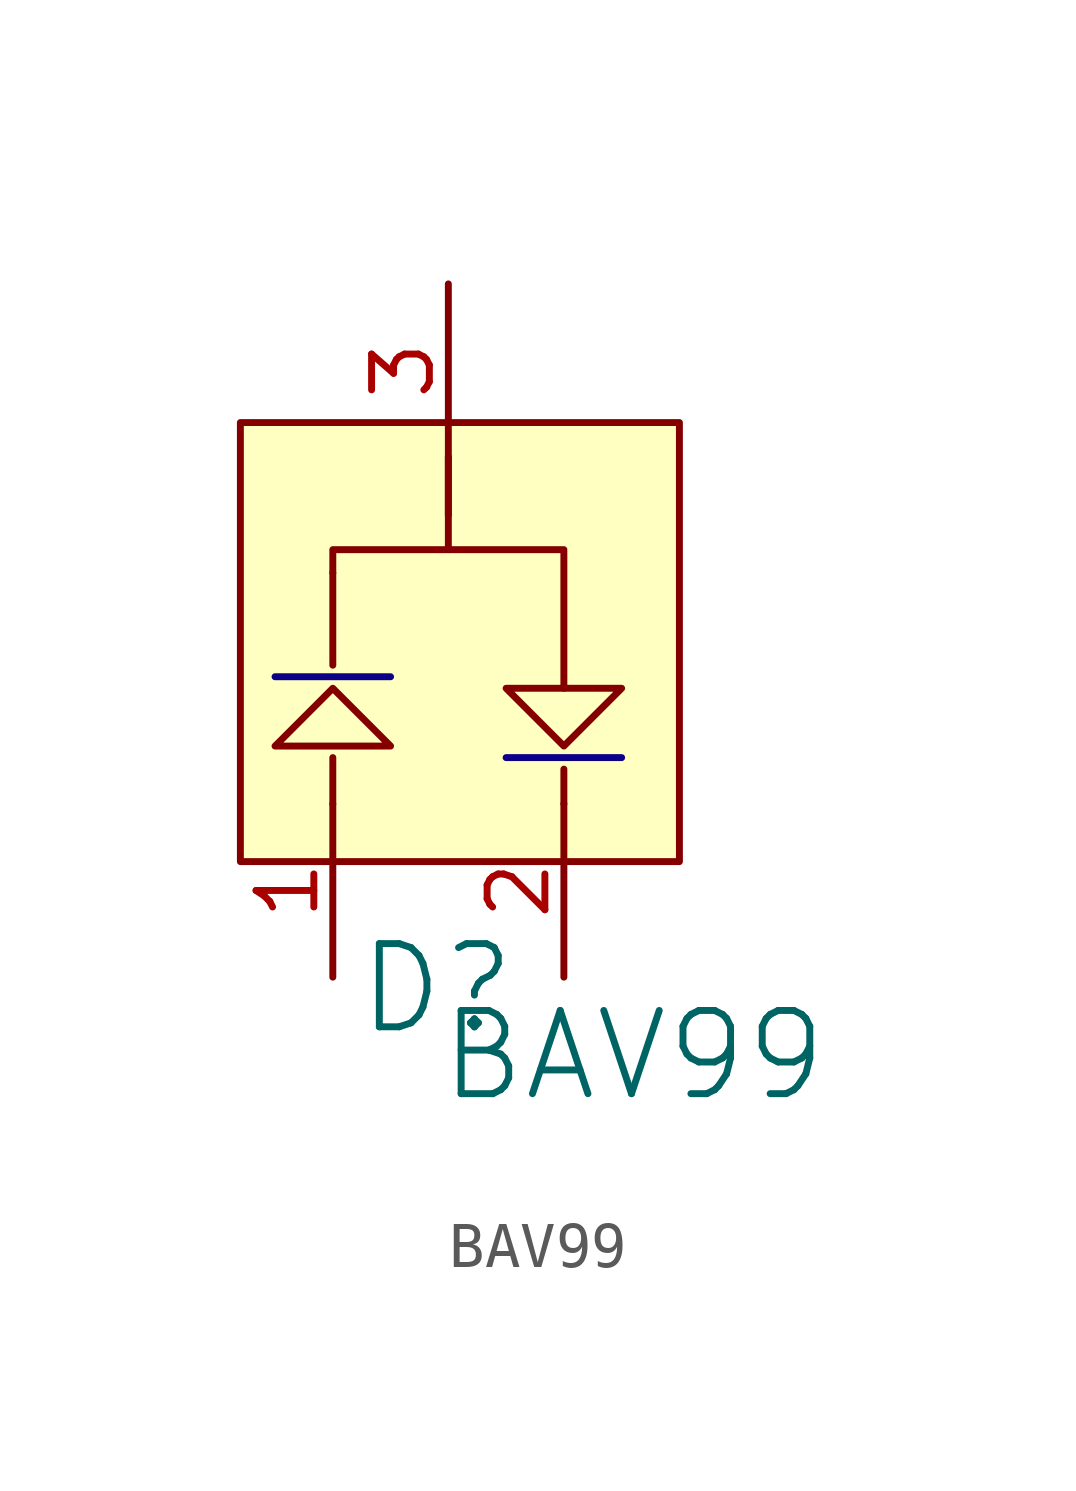
<source format=kicad_sym>
(kicad_symbol_lib
  (version 20241209)
  (generator "kicad_symbol_editor")
  (generator_version "9.0")
  (symbol "BAV99"
    (pin_names
      (hide yes))
    (property "Reference" "D"
      (at -0.254 -7.874 0)
      (effects (font (size 1.829 1.829))))
    (property "Value" "BAV99"
      (at -0.254 -10.414 0)
      (effects (font (size 1.829 1.829)) (justify left bottom)))
    (symbol "BAV99_1_0"
      (polyline (pts (xy -3.81 -2.54) (xy -2.54 -1.27) (xy -1.27 -2.54) (xy -3.81 -2.54)) (stroke (width 0) (type solid)) (fill (type color) (color 66 28 139 1)))
      (polyline (pts (xy -2.54 1.27) (xy -2.54 -0.762)) (stroke (width 0) (type solid)) (fill (type none)))
      (polyline (pts (xy -2.54 1.27) (xy -2.54 1.778) (xy 2.54 1.778) (xy 2.54 -1.27)) (stroke (width 0) (type solid)) (fill (type none)))
      (polyline (pts (xy -2.54 -3.81) (xy -2.54 -2.794)) (stroke (width 0) (type solid)) (fill (type none)))
      (polyline (pts (xy -1.27 -1.016) (xy -3.81 -1.016)) (stroke (width 0) (type solid) (color 12 0 135 1)) (fill (type none)))
      (polyline (pts (xy 0 3.81) (xy 0 1.778)) (stroke (width 0) (type solid)) (fill (type none)))
      (polyline (pts (xy 0 2.54) (xy 0 3.81)) (stroke (width 0) (type solid)) (fill (type none)))
      (polyline (pts (xy 2.54 -3.81) (xy 2.54 -3.048)) (stroke (width 0) (type solid)) (fill (type none)))
      (polyline (pts (xy 3.81 -1.27) (xy 2.54 -2.54) (xy 1.27 -1.27) (xy 3.81 -1.27)) (stroke (width 0) (type solid)) (fill (type color) (color 66 28 139 1)))
      (polyline (pts (xy 3.81 -2.794) (xy 1.27 -2.794)) (stroke (width 0) (type solid) (color 12 0 135 1)) (fill (type none)))
      (rectangle (start 5.08 4.572) (end -4.572 -5.08) (stroke (width 0) (type solid)) (fill (type background)))
      (pin passive line (at -2.54 -7.62 90) (length 3.81) (name "0" (effects (font (size 1.27 1.27)))) (number "1" (effects (font (size 1.27 1.27)))))
      (pin passive line (at 0 7.62 270) (length 3.81) (name "0" (effects (font (size 1.27 1.27)))) (number "3" (effects (font (size 1.27 1.27)))))
      (pin passive line (at 2.54 -7.62 90) (length 3.81) (name "0" (effects (font (size 1.27 1.27)))) (number "2" (effects (font (size 1.27 1.27))))))))
</source>
